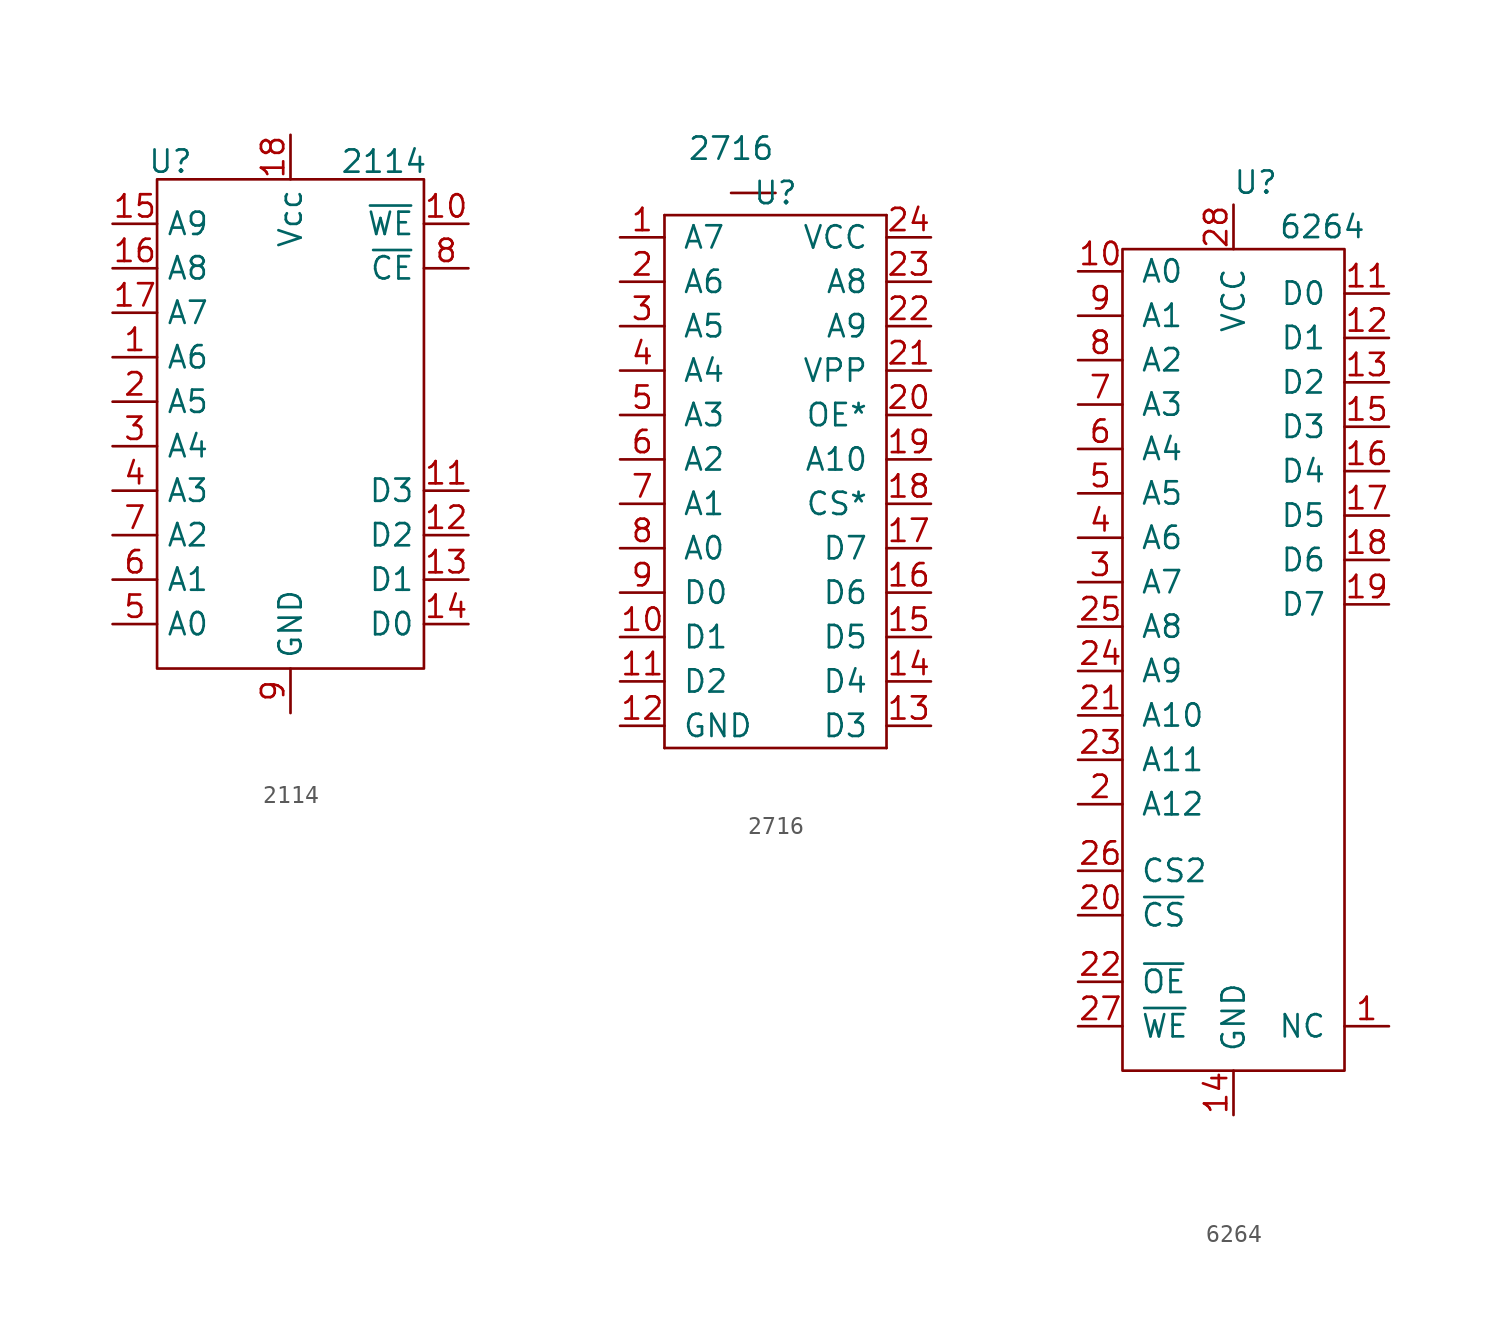
<source format=kicad_sym>
(kicad_symbol_lib
  (version 20231120)
  (generator "kicad_symbol_editor")
  (generator_version "8.0")
  (symbol "2114"
    (property "Reference" "U"
      (at -6.858 -0.254 0)
      (effects (font (size 1.27 1.27))))
    (property "Value" "2114"
      (at 5.334 -0.254 0)
      (effects (font (size 1.27 1.27))))
    (symbol "2114_0_1"
      (rectangle (start -7.62 -1.27) (end 7.62 -29.21) (stroke (width 0) (type default)) (fill (type none))))
    (symbol "2114_1_1"
      (pin input line (at -10.16 -11.43 0) (length 2.54) (name "A6" (effects (font (size 1.27 1.27)))) (number "1" (effects (font (size 1.27 1.27)))))
      (pin input line (at 10.16 -3.81 180) (length 2.54) (name "~{WE}" (effects (font (size 1.27 1.27)))) (number "10" (effects (font (size 1.27 1.27)))))
      (pin bidirectional line (at 10.16 -19.05 180) (length 2.54) (name "D3" (effects (font (size 1.27 1.27)))) (number "11" (effects (font (size 1.27 1.27)))))
      (pin bidirectional line (at 10.16 -21.59 180) (length 2.54) (name "D2" (effects (font (size 1.27 1.27)))) (number "12" (effects (font (size 1.27 1.27)))))
      (pin bidirectional line (at 10.16 -24.13 180) (length 2.54) (name "D1" (effects (font (size 1.27 1.27)))) (number "13" (effects (font (size 1.27 1.27)))))
      (pin bidirectional line (at 10.16 -26.67 180) (length 2.54) (name "D0" (effects (font (size 1.27 1.27)))) (number "14" (effects (font (size 1.27 1.27)))))
      (pin input line (at -10.16 -3.81 0) (length 2.54) (name "A9" (effects (font (size 1.27 1.27)))) (number "15" (effects (font (size 1.27 1.27)))))
      (pin input line (at -10.16 -6.35 0) (length 2.54) (name "A8" (effects (font (size 1.27 1.27)))) (number "16" (effects (font (size 1.27 1.27)))))
      (pin input line (at -10.16 -8.89 0) (length 2.54) (name "A7" (effects (font (size 1.27 1.27)))) (number "17" (effects (font (size 1.27 1.27)))))
      (pin power_in line (at 0 1.27 270) (length 2.54) (name "Vcc" (effects (font (size 1.27 1.27)))) (number "18" (effects (font (size 1.27 1.27)))))
      (pin input line (at -10.16 -13.97 0) (length 2.54) (name "A5" (effects (font (size 1.27 1.27)))) (number "2" (effects (font (size 1.27 1.27)))))
      (pin input line (at -10.16 -16.51 0) (length 2.54) (name "A4" (effects (font (size 1.27 1.27)))) (number "3" (effects (font (size 1.27 1.27)))))
      (pin input line (at -10.16 -19.05 0) (length 2.54) (name "A3" (effects (font (size 1.27 1.27)))) (number "4" (effects (font (size 1.27 1.27)))))
      (pin input line (at -10.16 -26.67 0) (length 2.54) (name "A0" (effects (font (size 1.27 1.27)))) (number "5" (effects (font (size 1.27 1.27)))))
      (pin input line (at -10.16 -24.13 0) (length 2.54) (name "A1" (effects (font (size 1.27 1.27)))) (number "6" (effects (font (size 1.27 1.27)))))
      (pin input line (at -10.16 -21.59 0) (length 2.54) (name "A2" (effects (font (size 1.27 1.27)))) (number "7" (effects (font (size 1.27 1.27)))))
      (pin input line (at 10.16 -6.35 180) (length 2.54) (name "~{CE}" (effects (font (size 1.27 1.27)))) (number "8" (effects (font (size 1.27 1.27)))))
      (pin power_in line (at 0 -31.75 90) (length 2.54) (name "GND" (effects (font (size 1.27 1.27)))) (number "9" (effects (font (size 1.27 1.27)))))))
  (symbol "2716"
    (pin_names
      (offset 1.016))
    (property "Reference" "U"
      (at 0 0 0)
      (effects (font (size 1.27 1.27))))
    (property "Value" "2716"
      (at -2.54 2.54 0)
      (effects (font (size 1.27 1.27))))
    (symbol "2716_0_1"
      (rectangle (start -6.35 -31.75) (end 6.35 -31.75) (stroke (width 0) (type default)) (fill (type none)))
      (rectangle (start -6.35 -1.27) (end -6.35 -31.75) (stroke (width 0) (type default)) (fill (type none)))
      (rectangle (start 0 0) (end -2.54 0) (stroke (width 0) (type default)) (fill (type none)))
      (rectangle (start 6.35 -1.27) (end -6.35 -1.27) (stroke (width 0) (type default)) (fill (type none)))
      (rectangle (start 6.35 -1.27) (end 6.35 -31.75) (stroke (width 0) (type default)) (fill (type none))))
    (symbol "2716_1_1"
      (pin input line (at -8.89 -2.54 0) (length 2.54) (name "A7" (effects (font (size 1.27 1.27)))) (number "1" (effects (font (size 1.27 1.27)))))
      (pin bidirectional line (at -8.89 -25.4 0) (length 2.54) (name "D1" (effects (font (size 1.27 1.27)))) (number "10" (effects (font (size 1.27 1.27)))))
      (pin bidirectional line (at -8.89 -27.94 0) (length 2.54) (name "D2" (effects (font (size 1.27 1.27)))) (number "11" (effects (font (size 1.27 1.27)))))
      (pin power_in line (at -8.89 -30.48 0) (length 2.54) (name "GND" (effects (font (size 1.27 1.27)))) (number "12" (effects (font (size 1.27 1.27)))))
      (pin bidirectional line (at 8.89 -30.48 180) (length 2.54) (name "D3" (effects (font (size 1.27 1.27)))) (number "13" (effects (font (size 1.27 1.27)))))
      (pin bidirectional line (at 8.89 -27.94 180) (length 2.54) (name "D4" (effects (font (size 1.27 1.27)))) (number "14" (effects (font (size 1.27 1.27)))))
      (pin bidirectional line (at 8.89 -25.4 180) (length 2.54) (name "D5" (effects (font (size 1.27 1.27)))) (number "15" (effects (font (size 1.27 1.27)))))
      (pin bidirectional line (at 8.89 -22.86 180) (length 2.54) (name "D6" (effects (font (size 1.27 1.27)))) (number "16" (effects (font (size 1.27 1.27)))))
      (pin bidirectional line (at 8.89 -20.32 180) (length 2.54) (name "D7" (effects (font (size 1.27 1.27)))) (number "17" (effects (font (size 1.27 1.27)))))
      (pin input line (at 8.89 -17.78 180) (length 2.54) (name "CS*" (effects (font (size 1.27 1.27)))) (number "18" (effects (font (size 1.27 1.27)))))
      (pin input line (at 8.89 -15.24 180) (length 2.54) (name "A10" (effects (font (size 1.27 1.27)))) (number "19" (effects (font (size 1.27 1.27)))))
      (pin input line (at -8.89 -5.08 0) (length 2.54) (name "A6" (effects (font (size 1.27 1.27)))) (number "2" (effects (font (size 1.27 1.27)))))
      (pin input line (at 8.89 -12.7 180) (length 2.54) (name "OE*" (effects (font (size 1.27 1.27)))) (number "20" (effects (font (size 1.27 1.27)))))
      (pin input line (at 8.89 -10.16 180) (length 2.54) (name "VPP" (effects (font (size 1.27 1.27)))) (number "21" (effects (font (size 1.27 1.27)))))
      (pin input line (at 8.89 -7.62 180) (length 2.54) (name "A9" (effects (font (size 1.27 1.27)))) (number "22" (effects (font (size 1.27 1.27)))))
      (pin input line (at 8.89 -5.08 180) (length 2.54) (name "A8" (effects (font (size 1.27 1.27)))) (number "23" (effects (font (size 1.27 1.27)))))
      (pin power_in line (at 8.89 -2.54 180) (length 2.54) (name "VCC" (effects (font (size 1.27 1.27)))) (number "24" (effects (font (size 1.27 1.27)))))
      (pin input line (at -8.89 -7.62 0) (length 2.54) (name "A5" (effects (font (size 1.27 1.27)))) (number "3" (effects (font (size 1.27 1.27)))))
      (pin input line (at -8.89 -10.16 0) (length 2.54) (name "A4" (effects (font (size 1.27 1.27)))) (number "4" (effects (font (size 1.27 1.27)))))
      (pin input line (at -8.89 -12.7 0) (length 2.54) (name "A3" (effects (font (size 1.27 1.27)))) (number "5" (effects (font (size 1.27 1.27)))))
      (pin input line (at -8.89 -15.24 0) (length 2.54) (name "A2" (effects (font (size 1.27 1.27)))) (number "6" (effects (font (size 1.27 1.27)))))
      (pin input line (at -8.89 -17.78 0) (length 2.54) (name "A1" (effects (font (size 1.27 1.27)))) (number "7" (effects (font (size 1.27 1.27)))))
      (pin input line (at -8.89 -20.32 0) (length 2.54) (name "A0" (effects (font (size 1.27 1.27)))) (number "8" (effects (font (size 1.27 1.27)))))
      (pin bidirectional line (at -8.89 -22.86 0) (length 2.54) (name "D0" (effects (font (size 1.27 1.27)))) (number "9" (effects (font (size 1.27 1.27)))))))
  (symbol "6264"
    (pin_names
      (offset 1.016))
    (property "Reference" "U"
      (at 1.27 2.54 0)
      (effects (font (size 1.27 1.27))))
    (property "Value" "6264"
      (at 5.08 0 0)
      (effects (font (size 1.27 1.27))))
    (symbol "6264_0_1"
      (rectangle (start -6.35 -1.27) (end 6.35 -48.26) (stroke (width 0) (type default)) (fill (type none))))
    (symbol "6264_1_1"
      (pin input line (at 8.89 -45.72 180) (length 2.54) (name "NC" (effects (font (size 1.27 1.27)))) (number "1" (effects (font (size 1.27 1.27)))))
      (pin input line (at -8.89 -2.54 0) (length 2.54) (name "A0" (effects (font (size 1.27 1.27)))) (number "10" (effects (font (size 1.27 1.27)))))
      (pin bidirectional line (at 8.89 -3.81 180) (length 2.54) (name "D0" (effects (font (size 1.27 1.27)))) (number "11" (effects (font (size 1.27 1.27)))))
      (pin bidirectional line (at 8.89 -6.35 180) (length 2.54) (name "D1" (effects (font (size 1.27 1.27)))) (number "12" (effects (font (size 1.27 1.27)))))
      (pin bidirectional line (at 8.89 -8.89 180) (length 2.54) (name "D2" (effects (font (size 1.27 1.27)))) (number "13" (effects (font (size 1.27 1.27)))))
      (pin power_in line (at 0 -50.8 90) (length 2.54) (name "GND" (effects (font (size 1.27 1.27)))) (number "14" (effects (font (size 1.27 1.27)))))
      (pin bidirectional line (at 8.89 -11.43 180) (length 2.54) (name "D3" (effects (font (size 1.27 1.27)))) (number "15" (effects (font (size 1.27 1.27)))))
      (pin bidirectional line (at 8.89 -13.97 180) (length 2.54) (name "D4" (effects (font (size 1.27 1.27)))) (number "16" (effects (font (size 1.27 1.27)))))
      (pin bidirectional line (at 8.89 -16.51 180) (length 2.54) (name "D5" (effects (font (size 1.27 1.27)))) (number "17" (effects (font (size 1.27 1.27)))))
      (pin bidirectional line (at 8.89 -19.05 180) (length 2.54) (name "D6" (effects (font (size 1.27 1.27)))) (number "18" (effects (font (size 1.27 1.27)))))
      (pin bidirectional line (at 8.89 -21.59 180) (length 2.54) (name "D7" (effects (font (size 1.27 1.27)))) (number "19" (effects (font (size 1.27 1.27)))))
      (pin input line (at -8.89 -33.02 0) (length 2.54) (name "A12" (effects (font (size 1.27 1.27)))) (number "2" (effects (font (size 1.27 1.27)))))
      (pin input line (at -8.89 -39.37 0) (length 2.54) (name "~{CS}" (effects (font (size 1.27 1.27)))) (number "20" (effects (font (size 1.27 1.27)))))
      (pin input line (at -8.89 -27.94 0) (length 2.54) (name "A10" (effects (font (size 1.27 1.27)))) (number "21" (effects (font (size 1.27 1.27)))))
      (pin input line (at -8.89 -43.18 0) (length 2.54) (name "~{OE}" (effects (font (size 1.27 1.27)))) (number "22" (effects (font (size 1.27 1.27)))))
      (pin input line (at -8.89 -30.48 0) (length 2.54) (name "A11" (effects (font (size 1.27 1.27)))) (number "23" (effects (font (size 1.27 1.27)))))
      (pin input line (at -8.89 -25.4 0) (length 2.54) (name "A9" (effects (font (size 1.27 1.27)))) (number "24" (effects (font (size 1.27 1.27)))))
      (pin input line (at -8.89 -22.86 0) (length 2.54) (name "A8" (effects (font (size 1.27 1.27)))) (number "25" (effects (font (size 1.27 1.27)))))
      (pin input line (at -8.89 -36.83 0) (length 2.54) (name "CS2" (effects (font (size 1.27 1.27)))) (number "26" (effects (font (size 1.27 1.27)))))
      (pin input line (at -8.89 -45.72 0) (length 2.54) (name "~{WE}" (effects (font (size 1.27 1.27)))) (number "27" (effects (font (size 1.27 1.27)))))
      (pin power_in line (at 0 1.27 270) (length 2.54) (name "VCC" (effects (font (size 1.27 1.27)))) (number "28" (effects (font (size 1.27 1.27)))))
      (pin input line (at -8.89 -20.32 0) (length 2.54) (name "A7" (effects (font (size 1.27 1.27)))) (number "3" (effects (font (size 1.27 1.27)))))
      (pin input line (at -8.89 -17.78 0) (length 2.54) (name "A6" (effects (font (size 1.27 1.27)))) (number "4" (effects (font (size 1.27 1.27)))))
      (pin input line (at -8.89 -15.24 0) (length 2.54) (name "A5" (effects (font (size 1.27 1.27)))) (number "5" (effects (font (size 1.27 1.27)))))
      (pin input line (at -8.89 -12.7 0) (length 2.54) (name "A4" (effects (font (size 1.27 1.27)))) (number "6" (effects (font (size 1.27 1.27)))))
      (pin input line (at -8.89 -10.16 0) (length 2.54) (name "A3" (effects (font (size 1.27 1.27)))) (number "7" (effects (font (size 1.27 1.27)))))
      (pin input line (at -8.89 -7.62 0) (length 2.54) (name "A2" (effects (font (size 1.27 1.27)))) (number "8" (effects (font (size 1.27 1.27)))))
      (pin input line (at -8.89 -5.08 0) (length 2.54) (name "A1" (effects (font (size 1.27 1.27)))) (number "9" (effects (font (size 1.27 1.27))))))))
</source>
